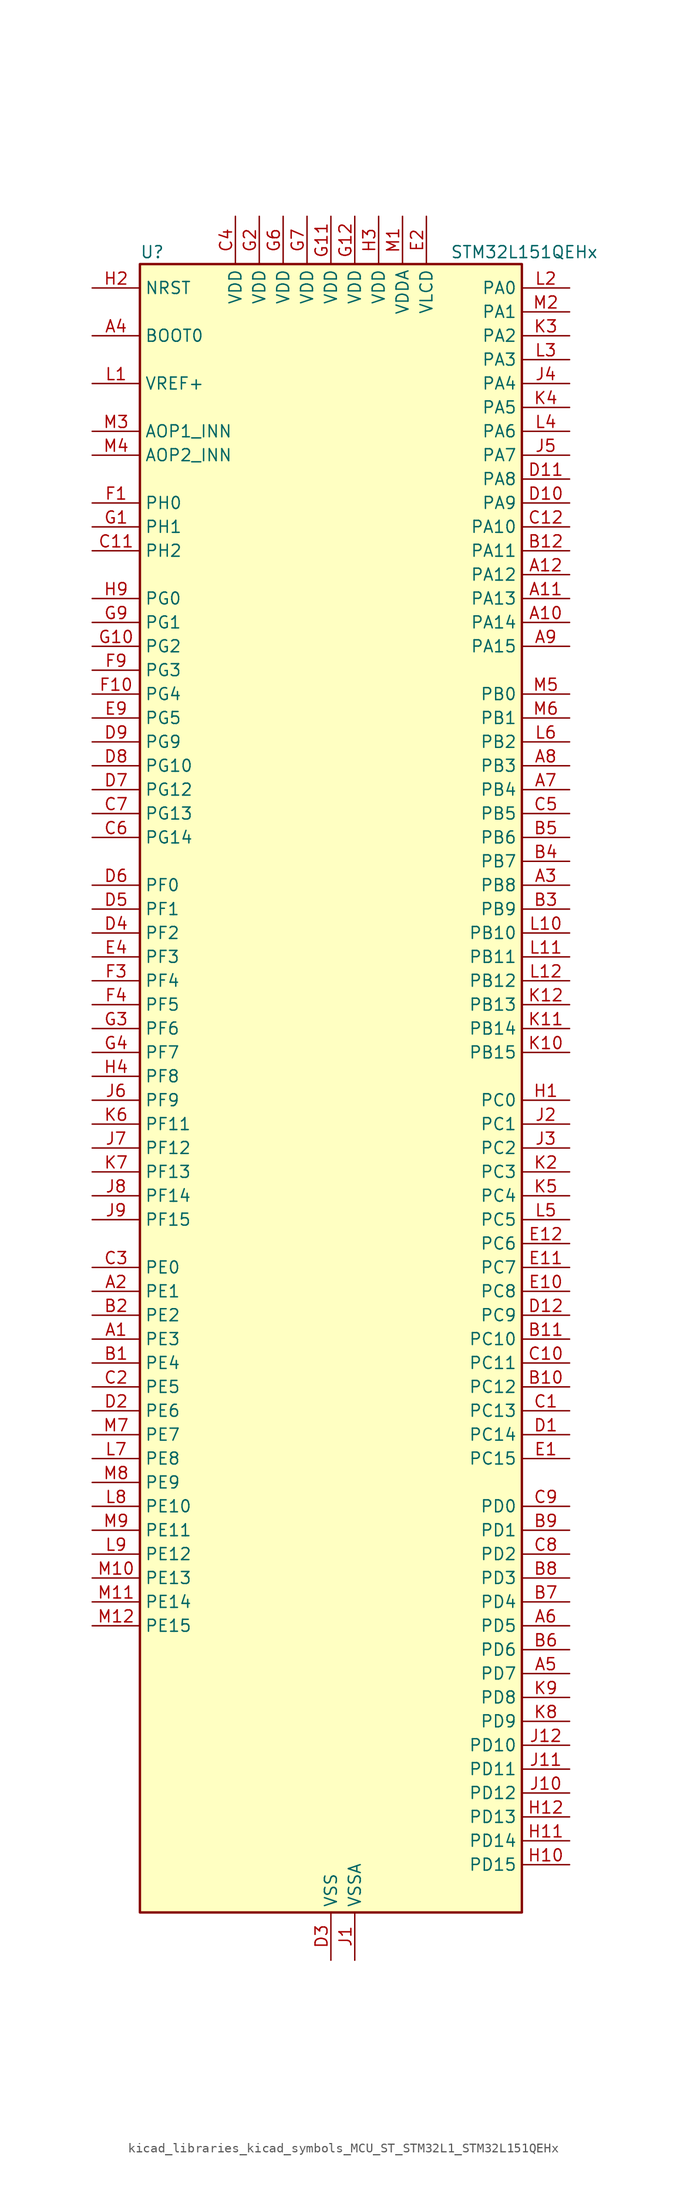
<source format=kicad_sym>
(kicad_symbol_lib
  (version 20220914)
  (generator kicad_symbol_editor)
  (symbol "kicad_libraries_kicad_symbols_MCU_ST_STM32L1_STM32L151QEHx"
    (property "Reference" "U"
      (at -20.32 90.17 0)
      (effects (font (size 1.27 1.27)) (justify left)))
    (property "Value" "STM32L151QEHx"
      (at 12.7 90.17 0)
      (effects (font (size 1.27 1.27)) (justify left)))
    (property "ki_locked" ""
      (at 0 0 0)
      (effects (font (size 1.27 1.27))))
    (symbol "kicad_libraries_kicad_symbols_MCU_ST_STM32L1_STM32L151QEHx_0_1"
      (rectangle (start -20.32 -86.36) (end 20.32 88.9) (stroke (width 0.254) (type default)) (fill (type background))))
    (symbol "kicad_libraries_kicad_symbols_MCU_ST_STM32L1_STM32L151QEHx_1_1"
      (pin bidirectional line (at -25.4 -25.4 0) (length 5.08) (name "PE3" (effects (font (size 1.27 1.27)))) (number "A1" (effects (font (size 1.27 1.27)))) (alternate "SYS_TRACED0" bidirectional line) (alternate "TIM3_CH1" bidirectional line) (alternate "TIMX_IC4" bidirectional line))
      (pin bidirectional line (at 25.4 50.8 180) (length 5.08) (name "PA14" (effects (font (size 1.27 1.27)))) (number "A10" (effects (font (size 1.27 1.27)))) (alternate "SYS_JTCK-SWCLK" bidirectional line) (alternate "TIMX_IC3" bidirectional line) (alternate "TS_G5_IO2" bidirectional line))
      (pin bidirectional line (at 25.4 53.34 180) (length 5.08) (name "PA13" (effects (font (size 1.27 1.27)))) (number "A11" (effects (font (size 1.27 1.27)))) (alternate "SYS_JTMS-SWDIO" bidirectional line) (alternate "TIMX_IC2" bidirectional line) (alternate "TS_G5_IO1" bidirectional line))
      (pin bidirectional line (at 25.4 55.88 180) (length 5.08) (name "PA12" (effects (font (size 1.27 1.27)))) (number "A12" (effects (font (size 1.27 1.27)))) (alternate "SPI1_MOSI" bidirectional line) (alternate "TIMX_IC1" bidirectional line) (alternate "USART1_RTS" bidirectional line) (alternate "USB_DP" bidirectional line))
      (pin bidirectional line (at -25.4 -20.32 0) (length 5.08) (name "PE1" (effects (font (size 1.27 1.27)))) (number "A2" (effects (font (size 1.27 1.27)))) (alternate "TIM11_CH1" bidirectional line) (alternate "TIMX_IC2" bidirectional line))
      (pin bidirectional line (at 25.4 22.86 180) (length 5.08) (name "PB8" (effects (font (size 1.27 1.27)))) (number "A3" (effects (font (size 1.27 1.27)))) (alternate "I2C1_SCL" bidirectional line) (alternate "TIM10_CH1" bidirectional line) (alternate "TIM4_CH3" bidirectional line))
      (pin input line (at -25.4 81.28 0) (length 5.08) (name "BOOT0" (effects (font (size 1.27 1.27)))) (number "A4" (effects (font (size 1.27 1.27)))))
      (pin bidirectional line (at 25.4 -60.96 180) (length 5.08) (name "PD7" (effects (font (size 1.27 1.27)))) (number "A5" (effects (font (size 1.27 1.27)))) (alternate "TIM9_CH2" bidirectional line) (alternate "TIMX_IC4" bidirectional line) (alternate "USART2_CK" bidirectional line))
      (pin bidirectional line (at 25.4 -55.88 180) (length 5.08) (name "PD5" (effects (font (size 1.27 1.27)))) (number "A6" (effects (font (size 1.27 1.27)))) (alternate "TIMX_IC2" bidirectional line) (alternate "USART2_TX" bidirectional line))
      (pin bidirectional line (at 25.4 33.02 180) (length 5.08) (name "PB4" (effects (font (size 1.27 1.27)))) (number "A7" (effects (font (size 1.27 1.27)))) (alternate "COMP2_INP" bidirectional line) (alternate "SPI1_MISO" bidirectional line) (alternate "SPI3_MISO" bidirectional line) (alternate "SYS_JTRST" bidirectional line) (alternate "TIM3_CH1" bidirectional line) (alternate "TS_G6_IO1" bidirectional line))
      (pin bidirectional line (at 25.4 35.56 180) (length 5.08) (name "PB3" (effects (font (size 1.27 1.27)))) (number "A8" (effects (font (size 1.27 1.27)))) (alternate "COMP2_INM" bidirectional line) (alternate "I2S3_CK" bidirectional line) (alternate "SPI1_SCK" bidirectional line) (alternate "SPI3_SCK" bidirectional line) (alternate "SYS_JTDO-TRACESWO" bidirectional line) (alternate "TIM2_CH2" bidirectional line))
      (pin bidirectional line (at 25.4 48.26 180) (length 5.08) (name "PA15" (effects (font (size 1.27 1.27)))) (number "A9" (effects (font (size 1.27 1.27)))) (alternate "ADC_EXTI15" bidirectional line) (alternate "I2S3_WS" bidirectional line) (alternate "SPI1_NSS" bidirectional line) (alternate "SPI3_NSS" bidirectional line) (alternate "SYS_JTDI" bidirectional line) (alternate "TIM2_CH1" bidirectional line) (alternate "TIM2_ETR" bidirectional line) (alternate "TIMX_IC4" bidirectional line) (alternate "TS_G5_IO3" bidirectional line))
      (pin bidirectional line (at -25.4 -27.94 0) (length 5.08) (name "PE4" (effects (font (size 1.27 1.27)))) (number "B1" (effects (font (size 1.27 1.27)))) (alternate "SYS_TRACED1" bidirectional line) (alternate "TIM3_CH2" bidirectional line) (alternate "TIMX_IC1" bidirectional line))
      (pin bidirectional line (at 25.4 -30.48 180) (length 5.08) (name "PC12" (effects (font (size 1.27 1.27)))) (number "B10" (effects (font (size 1.27 1.27)))) (alternate "I2S3_SD" bidirectional line) (alternate "SPI3_MOSI" bidirectional line) (alternate "TIMX_IC1" bidirectional line) (alternate "UART5_TX" bidirectional line) (alternate "USART3_CK" bidirectional line))
      (pin bidirectional line (at 25.4 -25.4 180) (length 5.08) (name "PC10" (effects (font (size 1.27 1.27)))) (number "B11" (effects (font (size 1.27 1.27)))) (alternate "I2S3_CK" bidirectional line) (alternate "SPI3_SCK" bidirectional line) (alternate "TIMX_IC3" bidirectional line) (alternate "UART4_TX" bidirectional line) (alternate "USART3_TX" bidirectional line))
      (pin bidirectional line (at 25.4 58.42 180) (length 5.08) (name "PA11" (effects (font (size 1.27 1.27)))) (number "B12" (effects (font (size 1.27 1.27)))) (alternate "ADC_EXTI11" bidirectional line) (alternate "SPI1_MISO" bidirectional line) (alternate "TIMX_IC4" bidirectional line) (alternate "USART1_CTS" bidirectional line) (alternate "USB_DM" bidirectional line))
      (pin bidirectional line (at -25.4 -22.86 0) (length 5.08) (name "PE2" (effects (font (size 1.27 1.27)))) (number "B2" (effects (font (size 1.27 1.27)))) (alternate "SYS_TRACECK" bidirectional line) (alternate "TIM3_ETR" bidirectional line) (alternate "TIMX_IC3" bidirectional line))
      (pin bidirectional line (at 25.4 20.32 180) (length 5.08) (name "PB9" (effects (font (size 1.27 1.27)))) (number "B3" (effects (font (size 1.27 1.27)))) (alternate "DAC_EXTI9" bidirectional line) (alternate "I2C1_SDA" bidirectional line) (alternate "TIM11_CH1" bidirectional line) (alternate "TIM4_CH4" bidirectional line))
      (pin bidirectional line (at 25.4 25.4 180) (length 5.08) (name "PB7" (effects (font (size 1.27 1.27)))) (number "B4" (effects (font (size 1.27 1.27)))) (alternate "COMP2_INP" bidirectional line) (alternate "I2C1_SDA" bidirectional line) (alternate "SYS_PVD_IN" bidirectional line) (alternate "TIM4_CH2" bidirectional line) (alternate "TS_G6_IO4" bidirectional line) (alternate "USART1_RX" bidirectional line))
      (pin bidirectional line (at 25.4 27.94 180) (length 5.08) (name "PB6" (effects (font (size 1.27 1.27)))) (number "B5" (effects (font (size 1.27 1.27)))) (alternate "COMP2_INP" bidirectional line) (alternate "I2C1_SCL" bidirectional line) (alternate "TIM4_CH1" bidirectional line) (alternate "TS_G6_IO3" bidirectional line) (alternate "USART1_TX" bidirectional line))
      (pin bidirectional line (at 25.4 -58.42 180) (length 5.08) (name "PD6" (effects (font (size 1.27 1.27)))) (number "B6" (effects (font (size 1.27 1.27)))) (alternate "TIMX_IC3" bidirectional line) (alternate "USART2_RX" bidirectional line))
      (pin bidirectional line (at 25.4 -53.34 180) (length 5.08) (name "PD4" (effects (font (size 1.27 1.27)))) (number "B7" (effects (font (size 1.27 1.27)))) (alternate "I2S2_SD" bidirectional line) (alternate "SPI2_MOSI" bidirectional line) (alternate "TIMX_IC1" bidirectional line) (alternate "USART2_RTS" bidirectional line))
      (pin bidirectional line (at 25.4 -50.8 180) (length 5.08) (name "PD3" (effects (font (size 1.27 1.27)))) (number "B8" (effects (font (size 1.27 1.27)))) (alternate "SPI2_MISO" bidirectional line) (alternate "TIMX_IC4" bidirectional line) (alternate "USART2_CTS" bidirectional line))
      (pin bidirectional line (at 25.4 -45.72 180) (length 5.08) (name "PD1" (effects (font (size 1.27 1.27)))) (number "B9" (effects (font (size 1.27 1.27)))) (alternate "I2S2_CK" bidirectional line) (alternate "SPI2_SCK" bidirectional line) (alternate "TIMX_IC2" bidirectional line))
      (pin bidirectional line (at 25.4 -33.02 180) (length 5.08) (name "PC13" (effects (font (size 1.27 1.27)))) (number "C1" (effects (font (size 1.27 1.27)))) (alternate "RTC_OUT_ALARM" bidirectional line) (alternate "RTC_OUT_CALIB" bidirectional line) (alternate "RTC_TAMP1" bidirectional line) (alternate "RTC_TS" bidirectional line) (alternate "SYS_WKUP2" bidirectional line) (alternate "TIMX_IC2" bidirectional line))
      (pin bidirectional line (at 25.4 -27.94 180) (length 5.08) (name "PC11" (effects (font (size 1.27 1.27)))) (number "C10" (effects (font (size 1.27 1.27)))) (alternate "ADC_EXTI11" bidirectional line) (alternate "SPI3_MISO" bidirectional line) (alternate "TIMX_IC4" bidirectional line) (alternate "UART4_RX" bidirectional line) (alternate "USART3_RX" bidirectional line))
      (pin bidirectional line (at -25.4 58.42 0) (length 5.08) (name "PH2" (effects (font (size 1.27 1.27)))) (number "C11" (effects (font (size 1.27 1.27)))))
      (pin bidirectional line (at 25.4 60.96 180) (length 5.08) (name "PA10" (effects (font (size 1.27 1.27)))) (number "C12" (effects (font (size 1.27 1.27)))) (alternate "TIMX_IC3" bidirectional line) (alternate "TS_G4_IO3" bidirectional line) (alternate "USART1_RX" bidirectional line))
      (pin bidirectional line (at -25.4 -30.48 0) (length 5.08) (name "PE5" (effects (font (size 1.27 1.27)))) (number "C2" (effects (font (size 1.27 1.27)))) (alternate "SYS_TRACED2" bidirectional line) (alternate "TIM9_CH1" bidirectional line) (alternate "TIMX_IC2" bidirectional line))
      (pin bidirectional line (at -25.4 -17.78 0) (length 5.08) (name "PE0" (effects (font (size 1.27 1.27)))) (number "C3" (effects (font (size 1.27 1.27)))) (alternate "TIM10_CH1" bidirectional line) (alternate "TIM4_ETR" bidirectional line) (alternate "TIMX_IC1" bidirectional line))
      (pin power_in line (at -10.16 93.98 270) (length 5.08) (name "VDD" (effects (font (size 1.27 1.27)))) (number "C4" (effects (font (size 1.27 1.27)))))
      (pin bidirectional line (at 25.4 30.48 180) (length 5.08) (name "PB5" (effects (font (size 1.27 1.27)))) (number "C5" (effects (font (size 1.27 1.27)))) (alternate "COMP2_INP" bidirectional line) (alternate "I2C1_SMBA" bidirectional line) (alternate "I2S3_SD" bidirectional line) (alternate "SPI1_MOSI" bidirectional line) (alternate "SPI3_MOSI" bidirectional line) (alternate "TIM3_CH2" bidirectional line) (alternate "TS_G6_IO2" bidirectional line))
      (pin bidirectional line (at -25.4 27.94 0) (length 5.08) (name "PG14" (effects (font (size 1.27 1.27)))) (number "C6" (effects (font (size 1.27 1.27)))))
      (pin bidirectional line (at -25.4 30.48 0) (length 5.08) (name "PG13" (effects (font (size 1.27 1.27)))) (number "C7" (effects (font (size 1.27 1.27)))))
      (pin bidirectional line (at 25.4 -48.26 180) (length 5.08) (name "PD2" (effects (font (size 1.27 1.27)))) (number "C8" (effects (font (size 1.27 1.27)))) (alternate "TIM3_ETR" bidirectional line) (alternate "TIMX_IC3" bidirectional line) (alternate "UART5_RX" bidirectional line))
      (pin bidirectional line (at 25.4 -43.18 180) (length 5.08) (name "PD0" (effects (font (size 1.27 1.27)))) (number "C9" (effects (font (size 1.27 1.27)))) (alternate "I2S2_WS" bidirectional line) (alternate "SPI2_NSS" bidirectional line) (alternate "TIM9_CH1" bidirectional line) (alternate "TIMX_IC1" bidirectional line))
      (pin bidirectional line (at 25.4 -35.56 180) (length 5.08) (name "PC14" (effects (font (size 1.27 1.27)))) (number "D1" (effects (font (size 1.27 1.27)))) (alternate "RCC_OSC32_IN" bidirectional line) (alternate "TIMX_IC3" bidirectional line))
      (pin bidirectional line (at 25.4 63.5 180) (length 5.08) (name "PA9" (effects (font (size 1.27 1.27)))) (number "D10" (effects (font (size 1.27 1.27)))) (alternate "DAC_EXTI9" bidirectional line) (alternate "TIMX_IC2" bidirectional line) (alternate "TS_G4_IO2" bidirectional line) (alternate "USART1_TX" bidirectional line))
      (pin bidirectional line (at 25.4 66.04 180) (length 5.08) (name "PA8" (effects (font (size 1.27 1.27)))) (number "D11" (effects (font (size 1.27 1.27)))) (alternate "RCC_MCO" bidirectional line) (alternate "TIMX_IC1" bidirectional line) (alternate "TS_G4_IO1" bidirectional line) (alternate "USART1_CK" bidirectional line))
      (pin bidirectional line (at 25.4 -22.86 180) (length 5.08) (name "PC9" (effects (font (size 1.27 1.27)))) (number "D12" (effects (font (size 1.27 1.27)))) (alternate "DAC_EXTI9" bidirectional line) (alternate "TIM3_CH4" bidirectional line) (alternate "TIMX_IC2" bidirectional line) (alternate "TS_G10_IO4" bidirectional line))
      (pin bidirectional line (at -25.4 -33.02 0) (length 5.08) (name "PE6" (effects (font (size 1.27 1.27)))) (number "D2" (effects (font (size 1.27 1.27)))) (alternate "RTC_TAMP3" bidirectional line) (alternate "SYS_TRACED3" bidirectional line) (alternate "SYS_WKUP3" bidirectional line) (alternate "TIM9_CH2" bidirectional line) (alternate "TIMX_IC3" bidirectional line))
      (pin power_in line (at 0 -91.44 90) (length 5.08) (name "VSS" (effects (font (size 1.27 1.27)))) (number "D3" (effects (font (size 1.27 1.27)))))
      (pin bidirectional line (at -25.4 17.78 0) (length 5.08) (name "PF2" (effects (font (size 1.27 1.27)))) (number "D4" (effects (font (size 1.27 1.27)))))
      (pin bidirectional line (at -25.4 20.32 0) (length 5.08) (name "PF1" (effects (font (size 1.27 1.27)))) (number "D5" (effects (font (size 1.27 1.27)))))
      (pin bidirectional line (at -25.4 22.86 0) (length 5.08) (name "PF0" (effects (font (size 1.27 1.27)))) (number "D6" (effects (font (size 1.27 1.27)))))
      (pin bidirectional line (at -25.4 33.02 0) (length 5.08) (name "PG12" (effects (font (size 1.27 1.27)))) (number "D7" (effects (font (size 1.27 1.27)))))
      (pin bidirectional line (at -25.4 35.56 0) (length 5.08) (name "PG10" (effects (font (size 1.27 1.27)))) (number "D8" (effects (font (size 1.27 1.27)))))
      (pin bidirectional line (at -25.4 38.1 0) (length 5.08) (name "PG9" (effects (font (size 1.27 1.27)))) (number "D9" (effects (font (size 1.27 1.27)))) (alternate "DAC_EXTI9" bidirectional line))
      (pin bidirectional line (at 25.4 -38.1 180) (length 5.08) (name "PC15" (effects (font (size 1.27 1.27)))) (number "E1" (effects (font (size 1.27 1.27)))) (alternate "ADC_EXTI15" bidirectional line) (alternate "RCC_OSC32_OUT" bidirectional line) (alternate "TIMX_IC4" bidirectional line))
      (pin bidirectional line (at 25.4 -20.32 180) (length 5.08) (name "PC8" (effects (font (size 1.27 1.27)))) (number "E10" (effects (font (size 1.27 1.27)))) (alternate "TIM3_CH3" bidirectional line) (alternate "TIMX_IC1" bidirectional line) (alternate "TS_G10_IO3" bidirectional line))
      (pin bidirectional line (at 25.4 -17.78 180) (length 5.08) (name "PC7" (effects (font (size 1.27 1.27)))) (number "E11" (effects (font (size 1.27 1.27)))) (alternate "I2S3_MCK" bidirectional line) (alternate "TIM3_CH2" bidirectional line) (alternate "TIMX_IC4" bidirectional line) (alternate "TS_G10_IO2" bidirectional line))
      (pin bidirectional line (at 25.4 -15.24 180) (length 5.08) (name "PC6" (effects (font (size 1.27 1.27)))) (number "E12" (effects (font (size 1.27 1.27)))) (alternate "I2S2_MCK" bidirectional line) (alternate "TIM3_CH1" bidirectional line) (alternate "TIMX_IC3" bidirectional line) (alternate "TS_G10_IO1" bidirectional line))
      (pin power_in line (at 10.16 93.98 270) (length 5.08) (name "VLCD" (effects (font (size 1.27 1.27)))) (number "E2" (effects (font (size 1.27 1.27)))))
      (pin passive line (at 0 -91.44 90) (length 5.08) hide (name "VSS" (effects (font (size 1.27 1.27)))) (number "E3" (effects (font (size 1.27 1.27)))))
      (pin bidirectional line (at -25.4 15.24 0) (length 5.08) (name "PF3" (effects (font (size 1.27 1.27)))) (number "E4" (effects (font (size 1.27 1.27)))))
      (pin bidirectional line (at -25.4 40.64 0) (length 5.08) (name "PG5" (effects (font (size 1.27 1.27)))) (number "E9" (effects (font (size 1.27 1.27)))))
      (pin bidirectional line (at -25.4 63.5 0) (length 5.08) (name "PH0" (effects (font (size 1.27 1.27)))) (number "F1" (effects (font (size 1.27 1.27)))) (alternate "RCC_OSC_IN" bidirectional line))
      (pin bidirectional line (at -25.4 43.18 0) (length 5.08) (name "PG4" (effects (font (size 1.27 1.27)))) (number "F10" (effects (font (size 1.27 1.27)))) (alternate "ADC_IN12b" bidirectional line) (alternate "TS_G7_IO7" bidirectional line))
      (pin passive line (at 0 -91.44 90) (length 5.08) hide (name "VSS" (effects (font (size 1.27 1.27)))) (number "F11" (effects (font (size 1.27 1.27)))))
      (pin passive line (at 0 -91.44 90) (length 5.08) hide (name "VSS" (effects (font (size 1.27 1.27)))) (number "F12" (effects (font (size 1.27 1.27)))))
      (pin passive line (at 0 -91.44 90) (length 5.08) hide (name "VSS" (effects (font (size 1.27 1.27)))) (number "F2" (effects (font (size 1.27 1.27)))))
      (pin bidirectional line (at -25.4 12.7 0) (length 5.08) (name "PF4" (effects (font (size 1.27 1.27)))) (number "F3" (effects (font (size 1.27 1.27)))))
      (pin bidirectional line (at -25.4 10.16 0) (length 5.08) (name "PF5" (effects (font (size 1.27 1.27)))) (number "F4" (effects (font (size 1.27 1.27)))))
      (pin passive line (at 0 -91.44 90) (length 5.08) hide (name "VSS" (effects (font (size 1.27 1.27)))) (number "F6" (effects (font (size 1.27 1.27)))))
      (pin passive line (at 0 -91.44 90) (length 5.08) hide (name "VSS" (effects (font (size 1.27 1.27)))) (number "F7" (effects (font (size 1.27 1.27)))))
      (pin bidirectional line (at -25.4 45.72 0) (length 5.08) (name "PG3" (effects (font (size 1.27 1.27)))) (number "F9" (effects (font (size 1.27 1.27)))) (alternate "ADC_IN11b" bidirectional line) (alternate "TS_G7_IO6" bidirectional line))
      (pin bidirectional line (at -25.4 60.96 0) (length 5.08) (name "PH1" (effects (font (size 1.27 1.27)))) (number "G1" (effects (font (size 1.27 1.27)))) (alternate "RCC_OSC_OUT" bidirectional line))
      (pin bidirectional line (at -25.4 48.26 0) (length 5.08) (name "PG2" (effects (font (size 1.27 1.27)))) (number "G10" (effects (font (size 1.27 1.27)))) (alternate "ADC_IN10b" bidirectional line) (alternate "TS_G7_IO5" bidirectional line))
      (pin power_in line (at 0 93.98 270) (length 5.08) (name "VDD" (effects (font (size 1.27 1.27)))) (number "G11" (effects (font (size 1.27 1.27)))))
      (pin power_in line (at 2.54 93.98 270) (length 5.08) (name "VDD" (effects (font (size 1.27 1.27)))) (number "G12" (effects (font (size 1.27 1.27)))))
      (pin power_in line (at -7.62 93.98 270) (length 5.08) (name "VDD" (effects (font (size 1.27 1.27)))) (number "G2" (effects (font (size 1.27 1.27)))))
      (pin bidirectional line (at -25.4 7.62 0) (length 5.08) (name "PF6" (effects (font (size 1.27 1.27)))) (number "G3" (effects (font (size 1.27 1.27)))) (alternate "ADC_IN27" bidirectional line) (alternate "TIM5_CH1" bidirectional line) (alternate "TIM5_ETR" bidirectional line) (alternate "TS_G11_IO1" bidirectional line))
      (pin bidirectional line (at -25.4 5.08 0) (length 5.08) (name "PF7" (effects (font (size 1.27 1.27)))) (number "G4" (effects (font (size 1.27 1.27)))) (alternate "ADC_IN28" bidirectional line) (alternate "COMP1_INP" bidirectional line) (alternate "TIM5_CH2" bidirectional line) (alternate "TS_G11_IO2" bidirectional line))
      (pin power_in line (at -5.08 93.98 270) (length 5.08) (name "VDD" (effects (font (size 1.27 1.27)))) (number "G6" (effects (font (size 1.27 1.27)))))
      (pin power_in line (at -2.54 93.98 270) (length 5.08) (name "VDD" (effects (font (size 1.27 1.27)))) (number "G7" (effects (font (size 1.27 1.27)))))
      (pin bidirectional line (at -25.4 50.8 0) (length 5.08) (name "PG1" (effects (font (size 1.27 1.27)))) (number "G9" (effects (font (size 1.27 1.27)))) (alternate "ADC_IN9b" bidirectional line) (alternate "TS_G2_IO5" bidirectional line))
      (pin bidirectional line (at 25.4 0 180) (length 5.08) (name "PC0" (effects (font (size 1.27 1.27)))) (number "H1" (effects (font (size 1.27 1.27)))) (alternate "ADC_IN10" bidirectional line) (alternate "COMP1_INP" bidirectional line) (alternate "TIMX_IC1" bidirectional line) (alternate "TS_G8_IO1" bidirectional line))
      (pin bidirectional line (at 25.4 -81.28 180) (length 5.08) (name "PD15" (effects (font (size 1.27 1.27)))) (number "H10" (effects (font (size 1.27 1.27)))) (alternate "ADC_EXTI15" bidirectional line) (alternate "TIM4_CH4" bidirectional line) (alternate "TIMX_IC4" bidirectional line))
      (pin bidirectional line (at 25.4 -78.74 180) (length 5.08) (name "PD14" (effects (font (size 1.27 1.27)))) (number "H11" (effects (font (size 1.27 1.27)))) (alternate "TIM4_CH3" bidirectional line) (alternate "TIMX_IC3" bidirectional line))
      (pin bidirectional line (at 25.4 -76.2 180) (length 5.08) (name "PD13" (effects (font (size 1.27 1.27)))) (number "H12" (effects (font (size 1.27 1.27)))) (alternate "TIM4_CH2" bidirectional line) (alternate "TIMX_IC2" bidirectional line))
      (pin input line (at -25.4 86.36 0) (length 5.08) (name "NRST" (effects (font (size 1.27 1.27)))) (number "H2" (effects (font (size 1.27 1.27)))))
      (pin power_in line (at 5.08 93.98 270) (length 5.08) (name "VDD" (effects (font (size 1.27 1.27)))) (number "H3" (effects (font (size 1.27 1.27)))))
      (pin bidirectional line (at -25.4 2.54 0) (length 5.08) (name "PF8" (effects (font (size 1.27 1.27)))) (number "H4" (effects (font (size 1.27 1.27)))) (alternate "ADC_IN29" bidirectional line) (alternate "COMP1_INP" bidirectional line) (alternate "TIM5_CH3" bidirectional line) (alternate "TS_G11_IO3" bidirectional line))
      (pin bidirectional line (at -25.4 53.34 0) (length 5.08) (name "PG0" (effects (font (size 1.27 1.27)))) (number "H9" (effects (font (size 1.27 1.27)))) (alternate "ADC_IN8b" bidirectional line) (alternate "TS_G2_IO4" bidirectional line))
      (pin power_in line (at 2.54 -91.44 90) (length 5.08) (name "VSSA" (effects (font (size 1.27 1.27)))) (number "J1" (effects (font (size 1.27 1.27)))))
      (pin bidirectional line (at 25.4 -73.66 180) (length 5.08) (name "PD12" (effects (font (size 1.27 1.27)))) (number "J10" (effects (font (size 1.27 1.27)))) (alternate "TIM4_CH1" bidirectional line) (alternate "TIMX_IC1" bidirectional line) (alternate "USART3_RTS" bidirectional line))
      (pin bidirectional line (at 25.4 -71.12 180) (length 5.08) (name "PD11" (effects (font (size 1.27 1.27)))) (number "J11" (effects (font (size 1.27 1.27)))) (alternate "ADC_EXTI11" bidirectional line) (alternate "TIMX_IC4" bidirectional line) (alternate "USART3_CTS" bidirectional line))
      (pin bidirectional line (at 25.4 -68.58 180) (length 5.08) (name "PD10" (effects (font (size 1.27 1.27)))) (number "J12" (effects (font (size 1.27 1.27)))) (alternate "TIMX_IC3" bidirectional line) (alternate "USART3_CK" bidirectional line))
      (pin bidirectional line (at 25.4 -2.54 180) (length 5.08) (name "PC1" (effects (font (size 1.27 1.27)))) (number "J2" (effects (font (size 1.27 1.27)))) (alternate "ADC_IN11" bidirectional line) (alternate "COMP1_INP" bidirectional line) (alternate "TIMX_IC2" bidirectional line) (alternate "TS_G8_IO2" bidirectional line))
      (pin bidirectional line (at 25.4 -5.08 180) (length 5.08) (name "PC2" (effects (font (size 1.27 1.27)))) (number "J3" (effects (font (size 1.27 1.27)))) (alternate "ADC_IN12" bidirectional line) (alternate "COMP1_INP" bidirectional line) (alternate "TIMX_IC3" bidirectional line) (alternate "TS_G8_IO3" bidirectional line))
      (pin bidirectional line (at 25.4 76.2 180) (length 5.08) (name "PA4" (effects (font (size 1.27 1.27)))) (number "J4" (effects (font (size 1.27 1.27)))) (alternate "ADC_IN4" bidirectional line) (alternate "COMP1_INP" bidirectional line) (alternate "DAC_OUT1" bidirectional line) (alternate "I2S3_WS" bidirectional line) (alternate "SPI1_NSS" bidirectional line) (alternate "SPI3_NSS" bidirectional line) (alternate "TIMX_IC1" bidirectional line) (alternate "USART2_CK" bidirectional line))
      (pin bidirectional line (at 25.4 68.58 180) (length 5.08) (name "PA7" (effects (font (size 1.27 1.27)))) (number "J5" (effects (font (size 1.27 1.27)))) (alternate "ADC_IN7" bidirectional line) (alternate "COMP1_INP" bidirectional line) (alternate "SPI1_MOSI" bidirectional line) (alternate "TIM11_CH1" bidirectional line) (alternate "TIM3_CH2" bidirectional line) (alternate "TIMX_IC4" bidirectional line) (alternate "TS_G2_IO2" bidirectional line))
      (pin bidirectional line (at -25.4 0 0) (length 5.08) (name "PF9" (effects (font (size 1.27 1.27)))) (number "J6" (effects (font (size 1.27 1.27)))) (alternate "ADC_IN30" bidirectional line) (alternate "COMP1_INP" bidirectional line) (alternate "DAC_EXTI9" bidirectional line) (alternate "TIM5_CH4" bidirectional line) (alternate "TS_G11_IO4" bidirectional line))
      (pin bidirectional line (at -25.4 -5.08 0) (length 5.08) (name "PF12" (effects (font (size 1.27 1.27)))) (number "J7" (effects (font (size 1.27 1.27)))) (alternate "ADC_IN2b" bidirectional line) (alternate "TS_G3_IO5" bidirectional line))
      (pin bidirectional line (at -25.4 -10.16 0) (length 5.08) (name "PF14" (effects (font (size 1.27 1.27)))) (number "J8" (effects (font (size 1.27 1.27)))) (alternate "ADC_IN6b" bidirectional line) (alternate "TS_G9_IO4" bidirectional line))
      (pin bidirectional line (at -25.4 -12.7 0) (length 5.08) (name "PF15" (effects (font (size 1.27 1.27)))) (number "J9" (effects (font (size 1.27 1.27)))) (alternate "ADC_EXTI15" bidirectional line) (alternate "ADC_IN7b" bidirectional line) (alternate "TS_G2_IO3" bidirectional line))
      (pin no_connect line (at -20.32 -86.36 0) (length 5.08) hide (name "NC" (effects (font (size 1.27 1.27)))) (number "K1" (effects (font (size 1.27 1.27)))))
      (pin bidirectional line (at 25.4 5.08 180) (length 5.08) (name "PB15" (effects (font (size 1.27 1.27)))) (number "K10" (effects (font (size 1.27 1.27)))) (alternate "ADC_EXTI15" bidirectional line) (alternate "ADC_IN21" bidirectional line) (alternate "COMP1_INP" bidirectional line) (alternate "I2S2_SD" bidirectional line) (alternate "RTC_REFIN" bidirectional line) (alternate "SPI2_MOSI" bidirectional line) (alternate "TIM11_CH1" bidirectional line) (alternate "TS_G7_IO4" bidirectional line))
      (pin bidirectional line (at 25.4 7.62 180) (length 5.08) (name "PB14" (effects (font (size 1.27 1.27)))) (number "K11" (effects (font (size 1.27 1.27)))) (alternate "ADC_IN20" bidirectional line) (alternate "COMP1_INP" bidirectional line) (alternate "SPI2_MISO" bidirectional line) (alternate "TIM9_CH2" bidirectional line) (alternate "TS_G7_IO3" bidirectional line) (alternate "USART3_RTS" bidirectional line))
      (pin bidirectional line (at 25.4 10.16 180) (length 5.08) (name "PB13" (effects (font (size 1.27 1.27)))) (number "K12" (effects (font (size 1.27 1.27)))) (alternate "ADC_IN19" bidirectional line) (alternate "COMP1_INP" bidirectional line) (alternate "I2S2_CK" bidirectional line) (alternate "SPI2_SCK" bidirectional line) (alternate "TIM9_CH1" bidirectional line) (alternate "TS_G7_IO2" bidirectional line) (alternate "USART3_CTS" bidirectional line))
      (pin bidirectional line (at 25.4 -7.62 180) (length 5.08) (name "PC3" (effects (font (size 1.27 1.27)))) (number "K2" (effects (font (size 1.27 1.27)))) (alternate "ADC_IN13" bidirectional line) (alternate "COMP1_INP" bidirectional line) (alternate "TIMX_IC4" bidirectional line) (alternate "TS_G8_IO4" bidirectional line))
      (pin bidirectional line (at 25.4 81.28 180) (length 5.08) (name "PA2" (effects (font (size 1.27 1.27)))) (number "K3" (effects (font (size 1.27 1.27)))) (alternate "ADC_IN2" bidirectional line) (alternate "COMP1_INP" bidirectional line) (alternate "TIM2_CH3" bidirectional line) (alternate "TIM5_CH3" bidirectional line) (alternate "TIM9_CH1" bidirectional line) (alternate "TIMX_IC3" bidirectional line) (alternate "TS_G1_IO3" bidirectional line) (alternate "USART2_TX" bidirectional line))
      (pin bidirectional line (at 25.4 73.66 180) (length 5.08) (name "PA5" (effects (font (size 1.27 1.27)))) (number "K4" (effects (font (size 1.27 1.27)))) (alternate "ADC_IN5" bidirectional line) (alternate "COMP1_INP" bidirectional line) (alternate "DAC_OUT2" bidirectional line) (alternate "SPI1_SCK" bidirectional line) (alternate "TIM2_CH1" bidirectional line) (alternate "TIM2_ETR" bidirectional line) (alternate "TIMX_IC2" bidirectional line))
      (pin bidirectional line (at 25.4 -10.16 180) (length 5.08) (name "PC4" (effects (font (size 1.27 1.27)))) (number "K5" (effects (font (size 1.27 1.27)))) (alternate "ADC_IN14" bidirectional line) (alternate "COMP1_INP" bidirectional line) (alternate "TIMX_IC1" bidirectional line) (alternate "TS_G9_IO1" bidirectional line))
      (pin bidirectional line (at -25.4 -2.54 0) (length 5.08) (name "PF11" (effects (font (size 1.27 1.27)))) (number "K6" (effects (font (size 1.27 1.27)))) (alternate "ADC_EXTI11" bidirectional line) (alternate "ADC_IN1b" bidirectional line) (alternate "TS_G3_IO4" bidirectional line))
      (pin bidirectional line (at -25.4 -7.62 0) (length 5.08) (name "PF13" (effects (font (size 1.27 1.27)))) (number "K7" (effects (font (size 1.27 1.27)))) (alternate "ADC_IN3b" bidirectional line) (alternate "TS_G9_IO3" bidirectional line))
      (pin bidirectional line (at 25.4 -66.04 180) (length 5.08) (name "PD9" (effects (font (size 1.27 1.27)))) (number "K8" (effects (font (size 1.27 1.27)))) (alternate "DAC_EXTI9" bidirectional line) (alternate "TIMX_IC2" bidirectional line) (alternate "USART3_RX" bidirectional line))
      (pin bidirectional line (at 25.4 -63.5 180) (length 5.08) (name "PD8" (effects (font (size 1.27 1.27)))) (number "K9" (effects (font (size 1.27 1.27)))) (alternate "TIMX_IC1" bidirectional line) (alternate "USART3_TX" bidirectional line))
      (pin input line (at -25.4 76.2 0) (length 5.08) (name "VREF+" (effects (font (size 1.27 1.27)))) (number "L1" (effects (font (size 1.27 1.27)))))
      (pin bidirectional line (at 25.4 17.78 180) (length 5.08) (name "PB10" (effects (font (size 1.27 1.27)))) (number "L10" (effects (font (size 1.27 1.27)))) (alternate "I2C2_SCL" bidirectional line) (alternate "TIM2_CH3" bidirectional line) (alternate "USART3_TX" bidirectional line))
      (pin bidirectional line (at 25.4 15.24 180) (length 5.08) (name "PB11" (effects (font (size 1.27 1.27)))) (number "L11" (effects (font (size 1.27 1.27)))) (alternate "ADC_EXTI11" bidirectional line) (alternate "I2C2_SDA" bidirectional line) (alternate "TIM2_CH4" bidirectional line) (alternate "USART3_RX" bidirectional line))
      (pin bidirectional line (at 25.4 12.7 180) (length 5.08) (name "PB12" (effects (font (size 1.27 1.27)))) (number "L12" (effects (font (size 1.27 1.27)))) (alternate "ADC_IN18" bidirectional line) (alternate "COMP1_INP" bidirectional line) (alternate "I2C2_SMBA" bidirectional line) (alternate "I2S2_WS" bidirectional line) (alternate "SPI2_NSS" bidirectional line) (alternate "TIM10_CH1" bidirectional line) (alternate "TS_G7_IO1" bidirectional line) (alternate "USART3_CK" bidirectional line))
      (pin bidirectional line (at 25.4 86.36 180) (length 5.08) (name "PA0" (effects (font (size 1.27 1.27)))) (number "L2" (effects (font (size 1.27 1.27)))) (alternate "ADC_IN0" bidirectional line) (alternate "COMP1_INP" bidirectional line) (alternate "RTC_TAMP2" bidirectional line) (alternate "SYS_WKUP1" bidirectional line) (alternate "TIM2_CH1" bidirectional line) (alternate "TIM2_ETR" bidirectional line) (alternate "TIM5_CH1" bidirectional line) (alternate "TIMX_IC1" bidirectional line) (alternate "TS_G1_IO1" bidirectional line) (alternate "USART2_CTS" bidirectional line))
      (pin bidirectional line (at 25.4 78.74 180) (length 5.08) (name "PA3" (effects (font (size 1.27 1.27)))) (number "L3" (effects (font (size 1.27 1.27)))) (alternate "ADC_IN3" bidirectional line) (alternate "COMP1_INP" bidirectional line) (alternate "OPAMP1_VOUT" bidirectional line) (alternate "TIM2_CH4" bidirectional line) (alternate "TIM5_CH4" bidirectional line) (alternate "TIM9_CH2" bidirectional line) (alternate "TIMX_IC4" bidirectional line) (alternate "TS_G1_IO4" bidirectional line) (alternate "USART2_RX" bidirectional line))
      (pin bidirectional line (at 25.4 71.12 180) (length 5.08) (name "PA6" (effects (font (size 1.27 1.27)))) (number "L4" (effects (font (size 1.27 1.27)))) (alternate "ADC_IN6" bidirectional line) (alternate "COMP1_INP" bidirectional line) (alternate "OPAMP2_VINP" bidirectional line) (alternate "SPI1_MISO" bidirectional line) (alternate "TIM10_CH1" bidirectional line) (alternate "TIM3_CH1" bidirectional line) (alternate "TIMX_IC3" bidirectional line) (alternate "TS_G2_IO1" bidirectional line))
      (pin bidirectional line (at 25.4 -12.7 180) (length 5.08) (name "PC5" (effects (font (size 1.27 1.27)))) (number "L5" (effects (font (size 1.27 1.27)))) (alternate "ADC_IN15" bidirectional line) (alternate "COMP1_INP" bidirectional line) (alternate "TIMX_IC2" bidirectional line) (alternate "TS_G9_IO2" bidirectional line))
      (pin bidirectional line (at 25.4 38.1 180) (length 5.08) (name "PB2" (effects (font (size 1.27 1.27)))) (number "L6" (effects (font (size 1.27 1.27)))) (alternate "ADC_IN0b" bidirectional line) (alternate "TS_G3_IO3" bidirectional line))
      (pin bidirectional line (at -25.4 -38.1 0) (length 5.08) (name "PE8" (effects (font (size 1.27 1.27)))) (number "L7" (effects (font (size 1.27 1.27)))) (alternate "ADC_IN23" bidirectional line) (alternate "COMP1_INP" bidirectional line) (alternate "TIMX_IC1" bidirectional line))
      (pin bidirectional line (at -25.4 -43.18 0) (length 5.08) (name "PE10" (effects (font (size 1.27 1.27)))) (number "L8" (effects (font (size 1.27 1.27)))) (alternate "ADC_IN25" bidirectional line) (alternate "COMP1_INP" bidirectional line) (alternate "TIM2_CH2" bidirectional line) (alternate "TIMX_IC3" bidirectional line))
      (pin bidirectional line (at -25.4 -48.26 0) (length 5.08) (name "PE12" (effects (font (size 1.27 1.27)))) (number "L9" (effects (font (size 1.27 1.27)))) (alternate "SPI1_NSS" bidirectional line) (alternate "TIM2_CH4" bidirectional line) (alternate "TIMX_IC1" bidirectional line))
      (pin power_in line (at 7.62 93.98 270) (length 5.08) (name "VDDA" (effects (font (size 1.27 1.27)))) (number "M1" (effects (font (size 1.27 1.27)))))
      (pin bidirectional line (at -25.4 -50.8 0) (length 5.08) (name "PE13" (effects (font (size 1.27 1.27)))) (number "M10" (effects (font (size 1.27 1.27)))) (alternate "SPI1_SCK" bidirectional line) (alternate "TIMX_IC2" bidirectional line))
      (pin bidirectional line (at -25.4 -53.34 0) (length 5.08) (name "PE14" (effects (font (size 1.27 1.27)))) (number "M11" (effects (font (size 1.27 1.27)))) (alternate "SPI1_MISO" bidirectional line) (alternate "TIMX_IC3" bidirectional line))
      (pin bidirectional line (at -25.4 -55.88 0) (length 5.08) (name "PE15" (effects (font (size 1.27 1.27)))) (number "M12" (effects (font (size 1.27 1.27)))) (alternate "ADC_EXTI15" bidirectional line) (alternate "SPI1_MOSI" bidirectional line) (alternate "TIMX_IC4" bidirectional line))
      (pin bidirectional line (at 25.4 83.82 180) (length 5.08) (name "PA1" (effects (font (size 1.27 1.27)))) (number "M2" (effects (font (size 1.27 1.27)))) (alternate "ADC_IN1" bidirectional line) (alternate "COMP1_INP" bidirectional line) (alternate "OPAMP1_VINP" bidirectional line) (alternate "TIM2_CH2" bidirectional line) (alternate "TIM5_CH2" bidirectional line) (alternate "TIMX_IC2" bidirectional line) (alternate "TS_G1_IO2" bidirectional line) (alternate "USART2_RTS" bidirectional line))
      (pin input line (at -25.4 71.12 0) (length 5.08) (name "AOP1_INN" (effects (font (size 1.27 1.27)))) (number "M3" (effects (font (size 1.27 1.27)))) (alternate "OPAMP1_VINM" bidirectional line))
      (pin input line (at -25.4 68.58 0) (length 5.08) (name "AOP2_INN" (effects (font (size 1.27 1.27)))) (number "M4" (effects (font (size 1.27 1.27)))) (alternate "OPAMP2_VINM" bidirectional line))
      (pin bidirectional line (at 25.4 43.18 180) (length 5.08) (name "PB0" (effects (font (size 1.27 1.27)))) (number "M5" (effects (font (size 1.27 1.27)))) (alternate "ADC_IN8" bidirectional line) (alternate "COMP1_INP" bidirectional line) (alternate "OPAMP2_VOUT" bidirectional line) (alternate "SYS_V_REF_OUT" bidirectional line) (alternate "TIM3_CH3" bidirectional line) (alternate "TS_G3_IO1" bidirectional line))
      (pin bidirectional line (at 25.4 40.64 180) (length 5.08) (name "PB1" (effects (font (size 1.27 1.27)))) (number "M6" (effects (font (size 1.27 1.27)))) (alternate "ADC_IN9" bidirectional line) (alternate "COMP1_INP" bidirectional line) (alternate "SYS_V_REF_OUT" bidirectional line) (alternate "TIM3_CH4" bidirectional line) (alternate "TS_G3_IO2" bidirectional line))
      (pin bidirectional line (at -25.4 -35.56 0) (length 5.08) (name "PE7" (effects (font (size 1.27 1.27)))) (number "M7" (effects (font (size 1.27 1.27)))) (alternate "ADC_IN22" bidirectional line) (alternate "COMP1_INP" bidirectional line) (alternate "TIMX_IC4" bidirectional line))
      (pin bidirectional line (at -25.4 -40.64 0) (length 5.08) (name "PE9" (effects (font (size 1.27 1.27)))) (number "M8" (effects (font (size 1.27 1.27)))) (alternate "ADC_IN24" bidirectional line) (alternate "COMP1_INP" bidirectional line) (alternate "DAC_EXTI9" bidirectional line) (alternate "TIM2_CH1" bidirectional line) (alternate "TIM2_ETR" bidirectional line) (alternate "TIMX_IC2" bidirectional line))
      (pin bidirectional line (at -25.4 -45.72 0) (length 5.08) (name "PE11" (effects (font (size 1.27 1.27)))) (number "M9" (effects (font (size 1.27 1.27)))) (alternate "ADC_EXTI11" bidirectional line) (alternate "TIM2_CH3" bidirectional line) (alternate "TIMX_IC4" bidirectional line)))))
</source>
